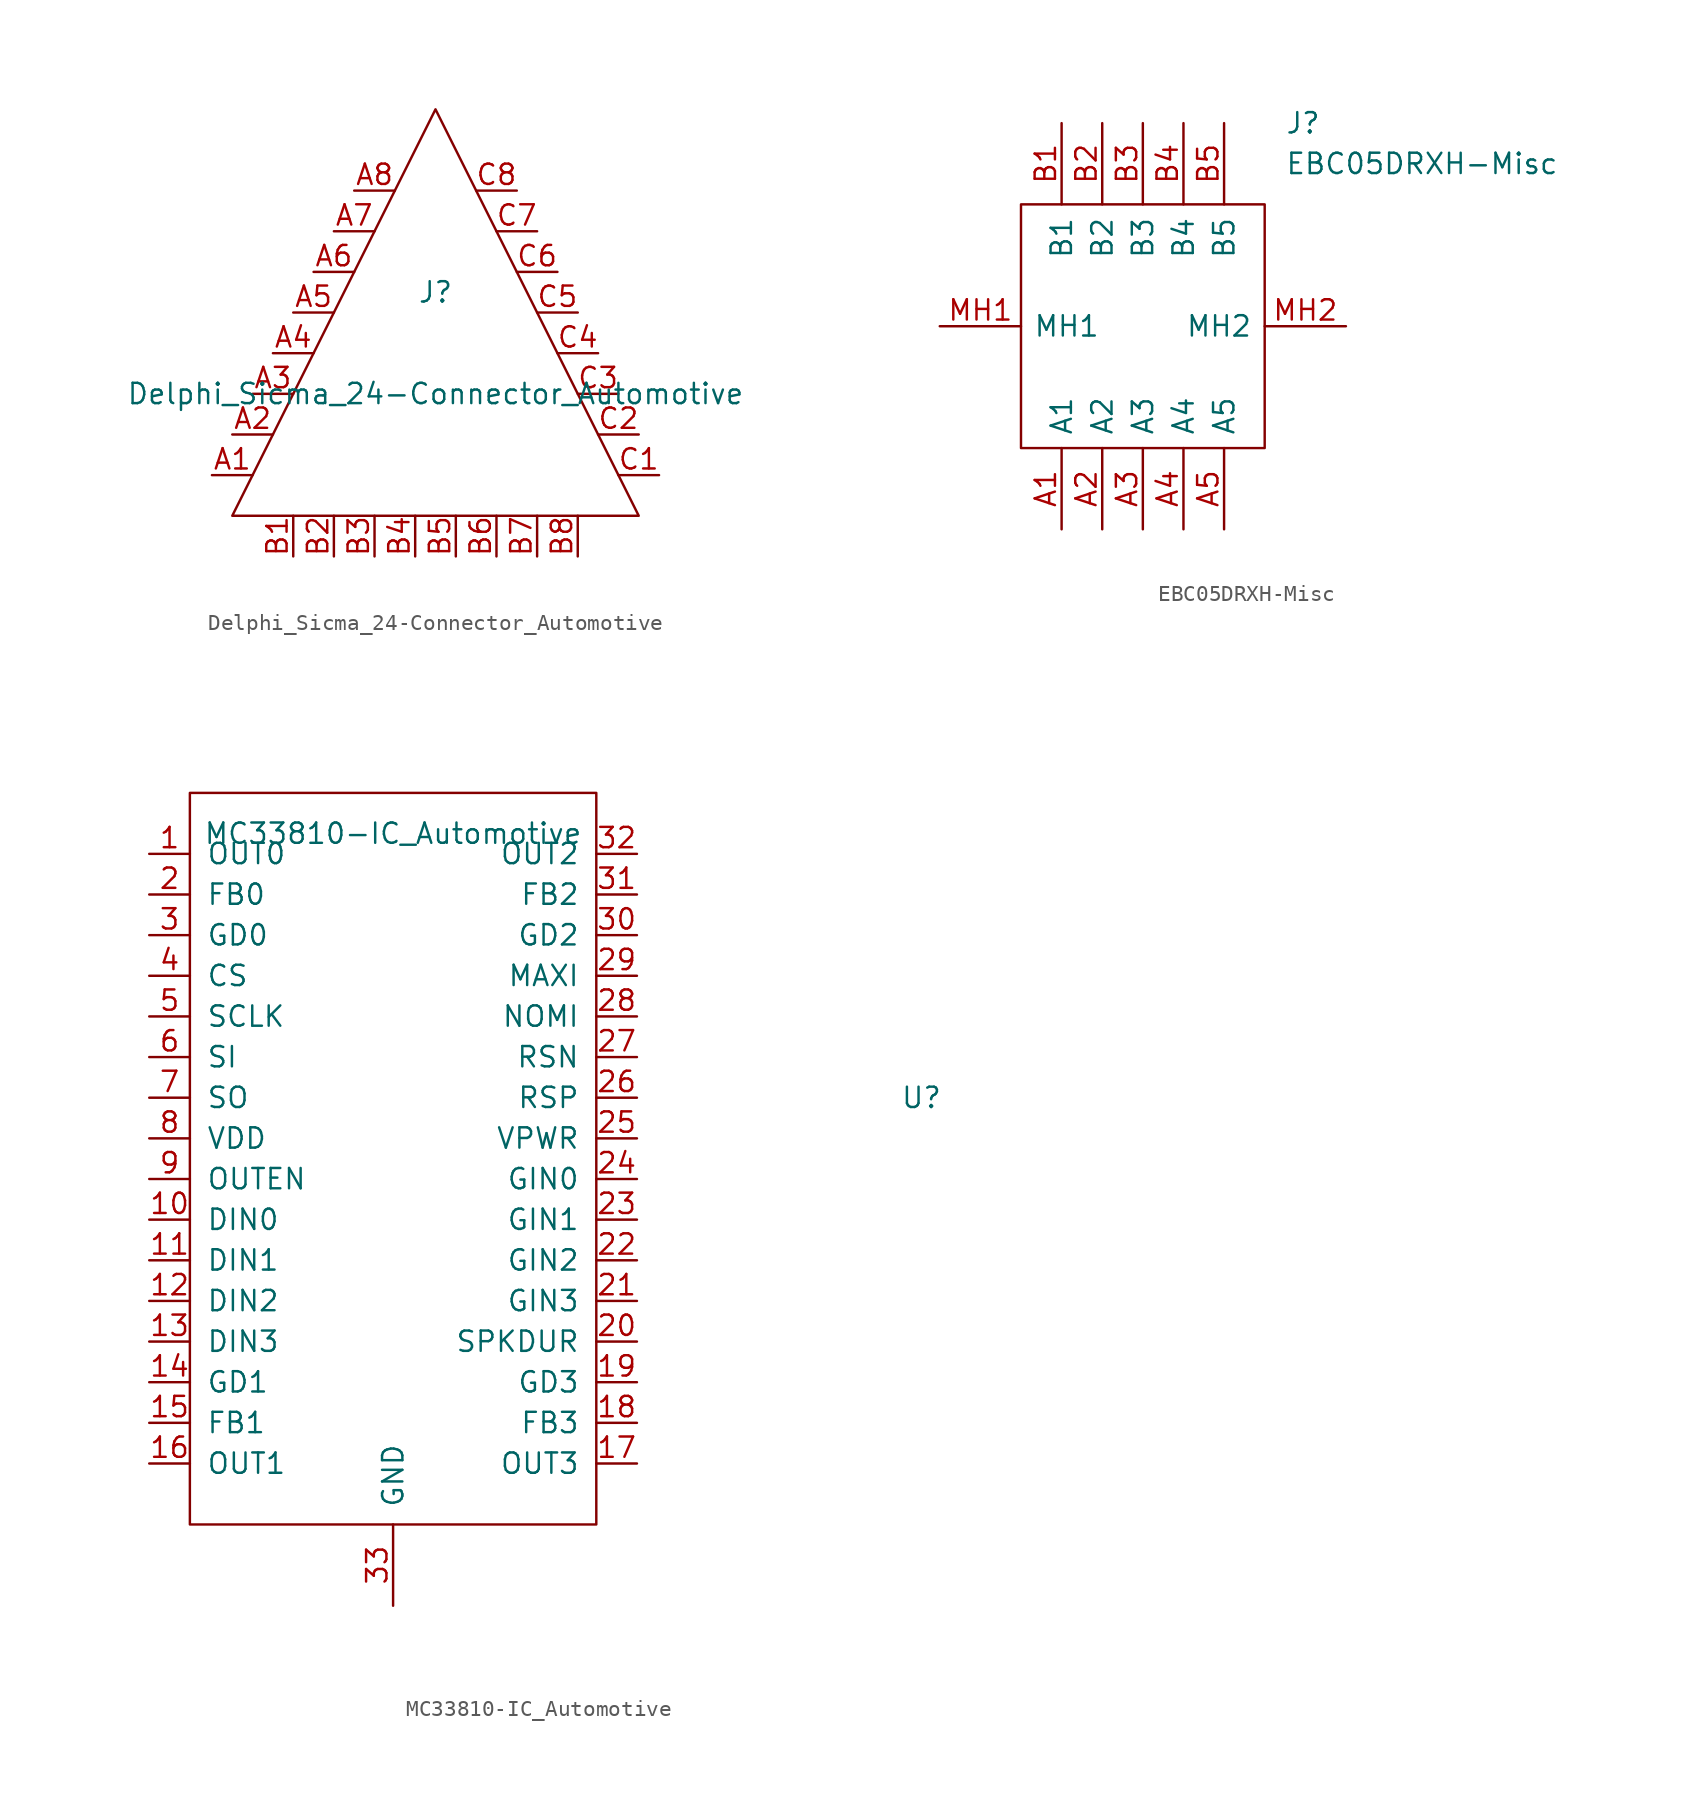
<source format=kicad_sym>
(kicad_symbol_lib
  (version 20241209)
  (generator "kicad_symbol_editor")
  (generator_version "9.0")
  (symbol "Delphi_Sicma_24-Connector_Automotive"
    (pin_names
      (offset 1.016))
    (property "Reference" "J"
      (at 0 1.27 0)
      (effects (font (size 1.27 1.27))))
    (property "Value" "Delphi_Sicma_24-Connector_Automotive"
      (at 0 -5.08 0)
      (effects (font (size 1.27 1.27))))
    (symbol "Delphi_Sicma_24-Connector_Automotive_0_1"
      (polyline (pts (xy -12.7 -12.7) (xy 0 12.7) (xy 12.7 -12.7) (xy -12.7 -12.7)) (stroke (width 0) (type solid)) (fill (type none))))
    (symbol "Delphi_Sicma_24-Connector_Automotive_1_1"
      (pin passive line (at -13.97 -10.16 0) (length 2.54) (name "~" (effects (font (size 1.27 1.27)))) (number "A1" (effects (font (size 1.27 1.27)))))
      (pin passive line (at -12.7 -7.62 0) (length 2.54) (name "~" (effects (font (size 1.27 1.27)))) (number "A2" (effects (font (size 1.27 1.27)))))
      (pin passive line (at -11.43 -5.08 0) (length 2.54) (name "~" (effects (font (size 1.27 1.27)))) (number "A3" (effects (font (size 1.27 1.27)))))
      (pin passive line (at -10.16 -2.54 0) (length 2.54) (name "~" (effects (font (size 1.27 1.27)))) (number "A4" (effects (font (size 1.27 1.27)))))
      (pin passive line (at -8.89 0 0) (length 2.54) (name "~" (effects (font (size 1.27 1.27)))) (number "A5" (effects (font (size 1.27 1.27)))))
      (pin passive line (at -8.89 -15.24 90) (length 2.54) (name "~" (effects (font (size 1.27 1.27)))) (number "B1" (effects (font (size 1.27 1.27)))))
      (pin passive line (at -7.62 2.54 0) (length 2.54) (name "~" (effects (font (size 1.27 1.27)))) (number "A6" (effects (font (size 1.27 1.27)))))
      (pin passive line (at -6.35 5.08 0) (length 2.54) (name "~" (effects (font (size 1.27 1.27)))) (number "A7" (effects (font (size 1.27 1.27)))))
      (pin passive line (at -6.35 -15.24 90) (length 2.54) (name "~" (effects (font (size 1.27 1.27)))) (number "B2" (effects (font (size 1.27 1.27)))))
      (pin passive line (at -5.08 7.62 0) (length 2.54) (name "~" (effects (font (size 1.27 1.27)))) (number "A8" (effects (font (size 1.27 1.27)))))
      (pin passive line (at -3.81 -15.24 90) (length 2.54) (name "~" (effects (font (size 1.27 1.27)))) (number "B3" (effects (font (size 1.27 1.27)))))
      (pin passive line (at -1.27 -15.24 90) (length 2.54) (name "~" (effects (font (size 1.27 1.27)))) (number "B4" (effects (font (size 1.27 1.27)))))
      (pin passive line (at 1.27 -15.24 90) (length 2.54) (name "~" (effects (font (size 1.27 1.27)))) (number "B5" (effects (font (size 1.27 1.27)))))
      (pin passive line (at 3.81 -15.24 90) (length 2.54) (name "~" (effects (font (size 1.27 1.27)))) (number "B6" (effects (font (size 1.27 1.27)))))
      (pin passive line (at 5.08 7.62 180) (length 2.54) (name "~" (effects (font (size 1.27 1.27)))) (number "C8" (effects (font (size 1.27 1.27)))))
      (pin passive line (at 6.35 5.08 180) (length 2.54) (name "~" (effects (font (size 1.27 1.27)))) (number "C7" (effects (font (size 1.27 1.27)))))
      (pin passive line (at 6.35 -15.24 90) (length 2.54) (name "~" (effects (font (size 1.27 1.27)))) (number "B7" (effects (font (size 1.27 1.27)))))
      (pin passive line (at 7.62 2.54 180) (length 2.54) (name "~" (effects (font (size 1.27 1.27)))) (number "C6" (effects (font (size 1.27 1.27)))))
      (pin passive line (at 8.89 0 180) (length 2.54) (name "~" (effects (font (size 1.27 1.27)))) (number "C5" (effects (font (size 1.27 1.27)))))
      (pin passive line (at 8.89 -15.24 90) (length 2.54) (name "~" (effects (font (size 1.27 1.27)))) (number "B8" (effects (font (size 1.27 1.27)))))
      (pin passive line (at 10.16 -2.54 180) (length 2.54) (name "~" (effects (font (size 1.27 1.27)))) (number "C4" (effects (font (size 1.27 1.27)))))
      (pin passive line (at 11.43 -5.08 180) (length 2.54) (name "~" (effects (font (size 1.27 1.27)))) (number "C3" (effects (font (size 1.27 1.27)))))
      (pin passive line (at 12.7 -7.62 180) (length 2.54) (name "~" (effects (font (size 1.27 1.27)))) (number "C2" (effects (font (size 1.27 1.27)))))
      (pin passive line (at 13.97 -10.16 180) (length 2.54) (name "~" (effects (font (size 1.27 1.27)))) (number "C1" (effects (font (size 1.27 1.27)))))))
  (symbol "EBC05DRXH-Misc"
    (pin_names
      (offset 0.762))
    (property "Reference" "J"
      (at 21.59 12.7 0)
      (effects (font (size 1.27 1.27)) (justify left)))
    (property "Value" "EBC05DRXH-Misc"
      (at 21.59 10.16 0)
      (effects (font (size 1.27 1.27)) (justify left)))
    (symbol "EBC05DRXH-Misc_0_0"
      (pin passive line (at 0 0 0) (length 5.08) (name "MH1" (effects (font (size 1.27 1.27)))) (number "MH1" (effects (font (size 1.27 1.27)))))
      (pin passive line (at 7.62 12.7 270) (length 5.08) (name "B1" (effects (font (size 1.27 1.27)))) (number "B1" (effects (font (size 1.27 1.27)))))
      (pin passive line (at 7.62 -12.7 90) (length 5.08) (name "A1" (effects (font (size 1.27 1.27)))) (number "A1" (effects (font (size 1.27 1.27)))))
      (pin passive line (at 10.16 12.7 270) (length 5.08) (name "B2" (effects (font (size 1.27 1.27)))) (number "B2" (effects (font (size 1.27 1.27)))))
      (pin passive line (at 10.16 -12.7 90) (length 5.08) (name "A2" (effects (font (size 1.27 1.27)))) (number "A2" (effects (font (size 1.27 1.27)))))
      (pin passive line (at 12.7 12.7 270) (length 5.08) (name "B3" (effects (font (size 1.27 1.27)))) (number "B3" (effects (font (size 1.27 1.27)))))
      (pin passive line (at 12.7 -12.7 90) (length 5.08) (name "A3" (effects (font (size 1.27 1.27)))) (number "A3" (effects (font (size 1.27 1.27)))))
      (pin passive line (at 15.24 12.7 270) (length 5.08) (name "B4" (effects (font (size 1.27 1.27)))) (number "B4" (effects (font (size 1.27 1.27)))))
      (pin passive line (at 15.24 -12.7 90) (length 5.08) (name "A4" (effects (font (size 1.27 1.27)))) (number "A4" (effects (font (size 1.27 1.27)))))
      (pin passive line (at 17.78 12.7 270) (length 5.08) (name "B5" (effects (font (size 1.27 1.27)))) (number "B5" (effects (font (size 1.27 1.27)))))
      (pin passive line (at 17.78 -12.7 90) (length 5.08) (name "A5" (effects (font (size 1.27 1.27)))) (number "A5" (effects (font (size 1.27 1.27)))))
      (pin passive line (at 25.4 0 180) (length 5.08) (name "MH2" (effects (font (size 1.27 1.27)))) (number "MH2" (effects (font (size 1.27 1.27))))))
    (symbol "EBC05DRXH-Misc_0_1"
      (polyline (pts (xy 5.08 7.62) (xy 20.32 7.62) (xy 20.32 -7.62) (xy 5.08 -7.62) (xy 5.08 7.62)) (stroke (width 0.152) (type solid)) (fill (type none)))))
  (symbol "MC33810-IC_Automotive"
    (pin_names
      (offset 1.016))
    (property "Reference" "U"
      (at 20.32 17.78 0)
      (effects (font (size 1.27 1.27))))
    (property "Value" "MC33810-IC_Automotive"
      (at -12.7 34.29 0)
      (effects (font (size 1.27 1.27))))
    (symbol "MC33810-IC_Automotive_0_0"
      (pin power_in line (at -12.7 -13.97 90) (length 5.08) (name "GND" (effects (font (size 1.27 1.27)))) (number "33" (effects (font (size 1.27 1.27))))))
    (symbol "MC33810-IC_Automotive_0_1"
      (rectangle (start -25.4 36.83) (end 0 -8.89) (stroke (width 0) (type solid)) (fill (type none))))
    (symbol "MC33810-IC_Automotive_1_1"
      (pin output line (at -27.94 33.02 0) (length 2.54) (name "OUT0" (effects (font (size 1.27 1.27)))) (number "1" (effects (font (size 1.27 1.27)))))
      (pin input line (at -27.94 30.48 0) (length 2.54) (name "FB0" (effects (font (size 1.27 1.27)))) (number "2" (effects (font (size 1.27 1.27)))))
      (pin output line (at -27.94 27.94 0) (length 2.54) (name "GD0" (effects (font (size 1.27 1.27)))) (number "3" (effects (font (size 1.27 1.27)))))
      (pin input line (at -27.94 25.4 0) (length 2.54) (name "CS" (effects (font (size 1.27 1.27)))) (number "4" (effects (font (size 1.27 1.27)))))
      (pin input line (at -27.94 22.86 0) (length 2.54) (name "SCLK" (effects (font (size 1.27 1.27)))) (number "5" (effects (font (size 1.27 1.27)))))
      (pin input line (at -27.94 20.32 0) (length 2.54) (name "SI" (effects (font (size 1.27 1.27)))) (number "6" (effects (font (size 1.27 1.27)))))
      (pin output line (at -27.94 17.78 0) (length 2.54) (name "SO" (effects (font (size 1.27 1.27)))) (number "7" (effects (font (size 1.27 1.27)))))
      (pin input line (at -27.94 15.24 0) (length 2.54) (name "VDD" (effects (font (size 1.27 1.27)))) (number "8" (effects (font (size 1.27 1.27)))))
      (pin input line (at -27.94 12.7 0) (length 2.54) (name "OUTEN" (effects (font (size 1.27 1.27)))) (number "9" (effects (font (size 1.27 1.27)))))
      (pin input line (at -27.94 10.16 0) (length 2.54) (name "DIN0" (effects (font (size 1.27 1.27)))) (number "10" (effects (font (size 1.27 1.27)))))
      (pin input line (at -27.94 7.62 0) (length 2.54) (name "DIN1" (effects (font (size 1.27 1.27)))) (number "11" (effects (font (size 1.27 1.27)))))
      (pin input line (at -27.94 5.08 0) (length 2.54) (name "DIN2" (effects (font (size 1.27 1.27)))) (number "12" (effects (font (size 1.27 1.27)))))
      (pin input line (at -27.94 2.54 0) (length 2.54) (name "DIN3" (effects (font (size 1.27 1.27)))) (number "13" (effects (font (size 1.27 1.27)))))
      (pin output line (at -27.94 0 0) (length 2.54) (name "GD1" (effects (font (size 1.27 1.27)))) (number "14" (effects (font (size 1.27 1.27)))))
      (pin input line (at -27.94 -2.54 0) (length 2.54) (name "FB1" (effects (font (size 1.27 1.27)))) (number "15" (effects (font (size 1.27 1.27)))))
      (pin output line (at -27.94 -5.08 0) (length 2.54) (name "OUT1" (effects (font (size 1.27 1.27)))) (number "16" (effects (font (size 1.27 1.27)))))
      (pin output line (at 2.54 33.02 180) (length 2.54) (name "OUT2" (effects (font (size 1.27 1.27)))) (number "32" (effects (font (size 1.27 1.27)))))
      (pin input line (at 2.54 30.48 180) (length 2.54) (name "FB2" (effects (font (size 1.27 1.27)))) (number "31" (effects (font (size 1.27 1.27)))))
      (pin output line (at 2.54 27.94 180) (length 2.54) (name "GD2" (effects (font (size 1.27 1.27)))) (number "30" (effects (font (size 1.27 1.27)))))
      (pin output line (at 2.54 25.4 180) (length 2.54) (name "MAXI" (effects (font (size 1.27 1.27)))) (number "29" (effects (font (size 1.27 1.27)))))
      (pin output line (at 2.54 22.86 180) (length 2.54) (name "NOMI" (effects (font (size 1.27 1.27)))) (number "28" (effects (font (size 1.27 1.27)))))
      (pin input line (at 2.54 20.32 180) (length 2.54) (name "RSN" (effects (font (size 1.27 1.27)))) (number "27" (effects (font (size 1.27 1.27)))))
      (pin input line (at 2.54 17.78 180) (length 2.54) (name "RSP" (effects (font (size 1.27 1.27)))) (number "26" (effects (font (size 1.27 1.27)))))
      (pin power_in line (at 2.54 15.24 180) (length 2.54) (name "VPWR" (effects (font (size 1.27 1.27)))) (number "25" (effects (font (size 1.27 1.27)))))
      (pin input line (at 2.54 12.7 180) (length 2.54) (name "GIN0" (effects (font (size 1.27 1.27)))) (number "24" (effects (font (size 1.27 1.27)))))
      (pin input line (at 2.54 10.16 180) (length 2.54) (name "GIN1" (effects (font (size 1.27 1.27)))) (number "23" (effects (font (size 1.27 1.27)))))
      (pin input line (at 2.54 7.62 180) (length 2.54) (name "GIN2" (effects (font (size 1.27 1.27)))) (number "22" (effects (font (size 1.27 1.27)))))
      (pin input line (at 2.54 5.08 180) (length 2.54) (name "GIN3" (effects (font (size 1.27 1.27)))) (number "21" (effects (font (size 1.27 1.27)))))
      (pin output line (at 2.54 2.54 180) (length 2.54) (name "SPKDUR" (effects (font (size 1.27 1.27)))) (number "20" (effects (font (size 1.27 1.27)))))
      (pin output line (at 2.54 0 180) (length 2.54) (name "GD3" (effects (font (size 1.27 1.27)))) (number "19" (effects (font (size 1.27 1.27)))))
      (pin input line (at 2.54 -2.54 180) (length 2.54) (name "FB3" (effects (font (size 1.27 1.27)))) (number "18" (effects (font (size 1.27 1.27)))))
      (pin output line (at 2.54 -5.08 180) (length 2.54) (name "OUT3" (effects (font (size 1.27 1.27)))) (number "17" (effects (font (size 1.27 1.27))))))))
</source>
